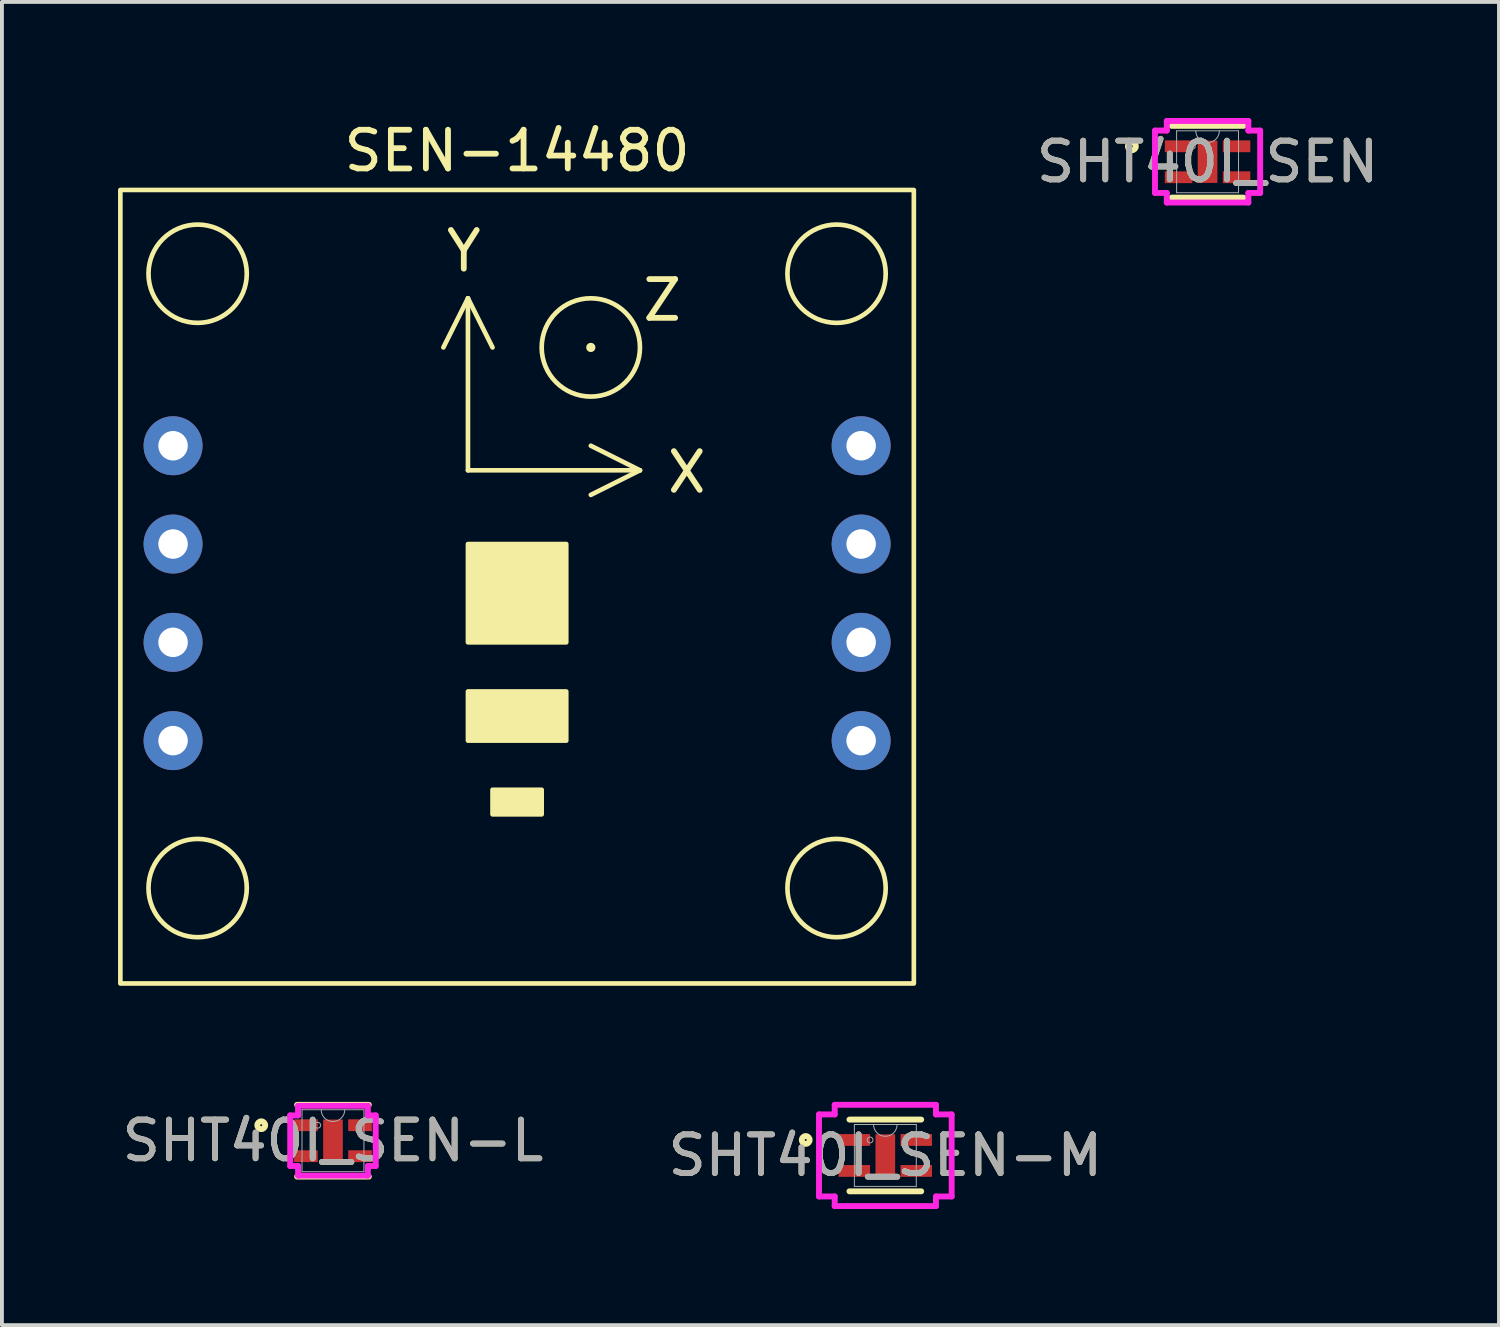
<source format=kicad_pcb>
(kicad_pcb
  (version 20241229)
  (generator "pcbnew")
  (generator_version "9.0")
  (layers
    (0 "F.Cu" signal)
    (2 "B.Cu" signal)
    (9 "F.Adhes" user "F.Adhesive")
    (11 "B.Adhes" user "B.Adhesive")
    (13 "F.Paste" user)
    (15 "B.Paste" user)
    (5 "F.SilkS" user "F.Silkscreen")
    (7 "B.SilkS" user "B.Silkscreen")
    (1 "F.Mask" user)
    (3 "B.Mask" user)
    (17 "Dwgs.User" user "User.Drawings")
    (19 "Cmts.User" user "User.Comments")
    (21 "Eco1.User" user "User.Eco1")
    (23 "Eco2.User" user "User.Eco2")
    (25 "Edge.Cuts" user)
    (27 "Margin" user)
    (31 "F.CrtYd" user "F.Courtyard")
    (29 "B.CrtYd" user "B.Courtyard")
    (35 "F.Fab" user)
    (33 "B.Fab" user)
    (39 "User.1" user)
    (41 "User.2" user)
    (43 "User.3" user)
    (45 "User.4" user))
  (footprint "SHT40I_SEN"
    (layer "F.Cu")
    (at 28.154 1.13)
    (property "Reference" "SHT40I_SEN" (at 0 0 0) (unlocked yes) (layer "F.SilkS") (effects (font (size 1 1) (thickness 0.15))))
    (attr smd)
    (fp_line (start -0.927 0.927) (end 0.927 0.927) (stroke (width 0.152) (type solid)) (layer "F.SilkS"))
    (fp_line (start 0.927 -0.927) (end -0.927 -0.927) (stroke (width 0.152) (type solid)) (layer "F.SilkS"))
    (fp_circle (center -1.956 -0.4) (end -1.854 -0.4) (stroke (width 0.152) (type solid)) (fill no) (layer "F.SilkS"))
    (fp_line (start -1.359 -0.806) (end -1.054 -0.806) (stroke (width 0.152) (type solid)) (layer "F.CrtYd"))
    (fp_line (start -1.359 0.806) (end -1.359 -0.806) (stroke (width 0.152) (type solid)) (layer "F.CrtYd"))
    (fp_line (start -1.359 0.806) (end -1.054 0.806) (stroke (width 0.152) (type solid)) (layer "F.CrtYd"))
    (fp_line (start -1.054 -1.054) (end 1.054 -1.054) (stroke (width 0.152) (type solid)) (layer "F.CrtYd"))
    (fp_line (start -1.054 -0.806) (end -1.054 -1.054) (stroke (width 0.152) (type solid)) (layer "F.CrtYd"))
    (fp_line (start -1.054 1.054) (end -1.054 0.806) (stroke (width 0.152) (type solid)) (layer "F.CrtYd"))
    (fp_line (start 1.054 -1.054) (end 1.054 -0.806) (stroke (width 0.152) (type solid)) (layer "F.CrtYd"))
    (fp_line (start 1.054 0.806) (end 1.054 1.054) (stroke (width 0.152) (type solid)) (layer "F.CrtYd"))
    (fp_line (start 1.054 1.054) (end -1.054 1.054) (stroke (width 0.152) (type solid)) (layer "F.CrtYd"))
    (fp_line (start 1.359 -0.806) (end 1.054 -0.806) (stroke (width 0.152) (type solid)) (layer "F.CrtYd"))
    (fp_line (start 1.359 -0.806) (end 1.359 0.806) (stroke (width 0.152) (type solid)) (layer "F.CrtYd"))
    (fp_line (start 1.359 0.806) (end 1.054 0.806) (stroke (width 0.152) (type solid)) (layer "F.CrtYd"))
    (fp_line (start -0.8 -0.8) (end -0.8 0.8) (stroke (width 0.025) (type solid)) (layer "F.Fab"))
    (fp_line (start -0.8 0.8) (end 0.8 0.8) (stroke (width 0.025) (type solid)) (layer "F.Fab"))
    (fp_line (start 0.8 -0.8) (end -0.8 -0.8) (stroke (width 0.025) (type solid)) (layer "F.Fab"))
    (fp_line (start 0.8 0.8) (end 0.8 -0.8) (stroke (width 0.025) (type solid)) (layer "F.Fab"))
    (fp_arc (start 0.3048 -0.8001) (mid 0 -0.4953) (end -0.3048 -0.8001) (stroke (width 0.0254) (type solid)) (layer "F.Fab"))
    (fp_circle (center -0.394 -0.4) (end -0.318 -0.4) (stroke (width 0.025) (type solid)) (fill no) (layer "F.Fab"))
    (fp_text user "${REFERENCE}" (at 0 0 0) (unlocked yes) (layer "F.Fab") (effects (font (size 1 1) (thickness 0.15))))
    (pad "1" smd rect (at -0.749 -0.4) (size 0.711 0.305) (layers "F.Cu" "F.Mask" "F.Paste"))
    (pad "2" smd rect (at -0.749 0.4) (size 0.711 0.305) (layers "F.Cu" "F.Mask" "F.Paste"))
    (pad "3" smd rect (at 0.749 0.4) (size 0.711 0.305) (layers "F.Cu" "F.Mask" "F.Paste"))
    (pad "4" smd rect (at 0.749 -0.4) (size 0.711 0.305) (layers "F.Cu" "F.Mask" "F.Paste"))
    (pad "5" smd rect (at 0 0) (size 0.508 1.092) (layers "F.Cu" "F.Mask" "F.Paste")))
  (footprint "SHT40I_SEN-L"
    (layer "F.Cu")
    (at 5.554 26.426)
    (property "Reference" "SHT40I_SEN-L" (at 0 0 0) (unlocked yes) (layer "F.SilkS") (effects (font (size 1 1) (thickness 0.15))))
    (attr smd)
    (fp_line (start -0.927 0.927) (end 0.927 0.927) (stroke (width 0.152) (type solid)) (layer "F.SilkS"))
    (fp_line (start 0.927 -0.927) (end -0.927 -0.927) (stroke (width 0.152) (type solid)) (layer "F.SilkS"))
    (fp_circle (center -1.854 -0.4) (end -1.753 -0.4) (stroke (width 0.152) (type solid)) (fill no) (layer "F.SilkS"))
    (fp_line (start -1.105 -0.654) (end -0.902 -0.654) (stroke (width 0.152) (type solid)) (layer "F.CrtYd"))
    (fp_line (start -1.105 0.654) (end -1.105 -0.654) (stroke (width 0.152) (type solid)) (layer "F.CrtYd"))
    (fp_line (start -1.105 0.654) (end -0.902 0.654) (stroke (width 0.152) (type solid)) (layer "F.CrtYd"))
    (fp_line (start -0.902 -0.902) (end 0.902 -0.902) (stroke (width 0.152) (type solid)) (layer "F.CrtYd"))
    (fp_line (start -0.902 -0.654) (end -0.902 -0.902) (stroke (width 0.152) (type solid)) (layer "F.CrtYd"))
    (fp_line (start -0.902 0.902) (end -0.902 0.654) (stroke (width 0.152) (type solid)) (layer "F.CrtYd"))
    (fp_line (start 0.902 -0.902) (end 0.902 -0.654) (stroke (width 0.152) (type solid)) (layer "F.CrtYd"))
    (fp_line (start 0.902 0.654) (end 0.902 0.902) (stroke (width 0.152) (type solid)) (layer "F.CrtYd"))
    (fp_line (start 0.902 0.902) (end -0.902 0.902) (stroke (width 0.152) (type solid)) (layer "F.CrtYd"))
    (fp_line (start 1.105 -0.654) (end 0.902 -0.654) (stroke (width 0.152) (type solid)) (layer "F.CrtYd"))
    (fp_line (start 1.105 -0.654) (end 1.105 0.654) (stroke (width 0.152) (type solid)) (layer "F.CrtYd"))
    (fp_line (start 1.105 0.654) (end 0.902 0.654) (stroke (width 0.152) (type solid)) (layer "F.CrtYd"))
    (fp_line (start -0.8 -0.8) (end -0.8 0.8) (stroke (width 0.025) (type solid)) (layer "F.Fab"))
    (fp_line (start -0.8 0.8) (end 0.8 0.8) (stroke (width 0.025) (type solid)) (layer "F.Fab"))
    (fp_line (start 0.8 -0.8) (end -0.8 -0.8) (stroke (width 0.025) (type solid)) (layer "F.Fab"))
    (fp_line (start 0.8 0.8) (end 0.8 -0.8) (stroke (width 0.025) (type solid)) (layer "F.Fab"))
    (fp_arc (start 0.3048 -0.8001) (mid 0 -0.4953) (end -0.3048 -0.8001) (stroke (width 0.0254) (type solid)) (layer "F.Fab"))
    (fp_circle (center -0.394 -0.4) (end -0.318 -0.4) (stroke (width 0.025) (type solid)) (fill no) (layer "F.Fab"))
    (fp_text user "${REFERENCE}" (at 0 0 0) (unlocked yes) (layer "F.Fab") (effects (font (size 1 1) (thickness 0.15))))
    (pad "1" smd rect (at -0.699 -0.4) (size 0.61 0.305) (layers "F.Cu" "F.Mask" "F.Paste"))
    (pad "2" smd rect (at -0.699 0.4) (size 0.61 0.305) (layers "F.Cu" "F.Mask" "F.Paste"))
    (pad "3" smd rect (at 0.699 0.4) (size 0.61 0.305) (layers "F.Cu" "F.Mask" "F.Paste"))
    (pad "4" smd rect (at 0.699 -0.4) (size 0.61 0.305) (layers "F.Cu" "F.Mask" "F.Paste"))
    (pad "5" smd rect (at 0 0) (size 0.508 1.092) (layers "F.Cu" "F.Mask" "F.Paste")))
  (footprint "SEN-14480"
    (layer "F.Cu")
    (at 10.312 12.278)
    (property "Reference" "SEN-14480" (at 0 -11.43 0) (unlocked yes) (layer "F.SilkS") (effects (font (size 1 1) (thickness 0.15))))
    (attr through_hole)
    (fp_line (start -1.27 -7.62) (end -1.905 -6.35) (stroke (width 0.12) (type default)) (layer "F.SilkS"))
    (fp_line (start -1.27 -7.62) (end -1.27 -3.175) (stroke (width 0.12) (type default)) (layer "F.SilkS"))
    (fp_line (start -1.27 -7.62) (end -0.635 -6.35) (stroke (width 0.12) (type default)) (layer "F.SilkS"))
    (fp_line (start -1.27 -3.175) (end 3.175 -3.175) (stroke (width 0.12) (type default)) (layer "F.SilkS"))
    (fp_line (start 1.905 -3.81) (end 3.175 -3.175) (stroke (width 0.12) (type default)) (layer "F.SilkS"))
    (fp_line (start 1.905 -2.54) (end 3.175 -3.175) (stroke (width 0.12) (type default)) (layer "F.SilkS"))
    (fp_rect (start -10.252 -10.419) (end 10.252 10.085) (stroke (width 0.12) (type default)) (fill no) (layer "F.SilkS"))
    (fp_rect (start -1.27 -1.27) (end 1.27 1.27) (stroke (width 0.12) (type solid)) (fill yes) (layer "F.SilkS"))
    (fp_rect (start -1.27 2.54) (end 1.27 3.81) (stroke (width 0.12) (type solid)) (fill yes) (layer "F.SilkS"))
    (fp_rect (start -0.635 5.08) (end 0.635 5.715) (stroke (width 0.12) (type solid)) (fill yes) (layer "F.SilkS"))
    (fp_circle (center -8.255 -8.255) (end -8.255 -6.985) (stroke (width 0.12) (type default)) (fill no) (layer "F.SilkS"))
    (fp_circle (center -8.255 7.62) (end -8.255 8.89) (stroke (width 0.12) (type default)) (fill no) (layer "F.SilkS"))
    (fp_circle (center 1.905 -6.35) (end 1.905 -6.35) (stroke (width 0.12) (type default)) (fill no) (layer "F.SilkS"))
    (fp_circle (center 1.905 -6.35) (end 1.905 -5.08) (stroke (width 0.12) (type default)) (fill no) (layer "F.SilkS"))
    (fp_circle (center 8.255 -8.255) (end 8.255 -6.985) (stroke (width 0.12) (type default)) (fill no) (layer "F.SilkS"))
    (fp_circle (center 8.255 7.62) (end 8.255 8.89) (stroke (width 0.12) (type default)) (fill no) (layer "F.SilkS"))
    (fp_text user "X" (at 3.81 -2.54 0) (unlocked yes) (layer "F.SilkS") (effects (font (size 1 1) (thickness 0.15)) (justify left bottom)))
    (fp_text user "Z" (at 3.175 -6.985 0) (unlocked yes) (layer "F.SilkS") (effects (font (size 1 1) (thickness 0.15)) (justify left bottom)))
    (fp_text user "Y" (at -1.905 -8.255 0) (unlocked yes) (layer "F.SilkS") (effects (font (size 1 1) (thickness 0.15)) (justify left bottom)))
    (pad "1" thru_hole circle (at -8.89 -3.81) (size 1.524 1.524) (drill 0.762) (layers "*.Cu" "*.Mask"))
    (pad "2" thru_hole circle (at -8.89 -1.27) (size 1.524 1.524) (drill 0.762) (layers "*.Cu" "*.Mask"))
    (pad "3" thru_hole circle (at -8.89 1.27) (size 1.524 1.524) (drill 0.762) (layers "*.Cu" "*.Mask"))
    (pad "4" thru_hole circle (at -8.89 3.81) (size 1.524 1.524) (drill 0.762) (layers "*.Cu" "*.Mask"))
    (pad "5" thru_hole circle (at 8.89 3.81) (size 1.524 1.524) (drill 0.762) (layers "*.Cu" "*.Mask"))
    (pad "6" thru_hole circle (at 8.89 1.27) (size 1.524 1.524) (drill 0.762) (layers "*.Cu" "*.Mask"))
    (pad "7" thru_hole circle (at 8.89 -1.27) (size 1.524 1.524) (drill 0.762) (layers "*.Cu" "*.Mask"))
    (pad "8" thru_hole circle (at 8.89 -3.81) (size 1.524 1.524) (drill 0.762) (layers "*.Cu" "*.Mask")))
  (footprint "SHT40I_SEN-M"
    (layer "F.Cu")
    (at 19.827 26.807)
    (property "Reference" "SHT40I_SEN-M" (at 0 0 0) (unlocked yes) (layer "F.SilkS") (effects (font (size 1 1) (thickness 0.15))))
    (attr smd)
    (fp_line (start -0.927 0.927) (end 0.927 0.927) (stroke (width 0.152) (type solid)) (layer "F.SilkS"))
    (fp_line (start 0.927 -0.927) (end -0.927 -0.927) (stroke (width 0.152) (type solid)) (layer "F.SilkS"))
    (fp_circle (center -2.057 -0.4) (end -1.956 -0.4) (stroke (width 0.152) (type solid)) (fill no) (layer "F.SilkS"))
    (fp_line (start -1.714 -1.06) (end -1.308 -1.06) (stroke (width 0.152) (type solid)) (layer "F.CrtYd"))
    (fp_line (start -1.714 1.06) (end -1.714 -1.06) (stroke (width 0.152) (type solid)) (layer "F.CrtYd"))
    (fp_line (start -1.714 1.06) (end -1.308 1.06) (stroke (width 0.152) (type solid)) (layer "F.CrtYd"))
    (fp_line (start -1.308 -1.308) (end 1.308 -1.308) (stroke (width 0.152) (type solid)) (layer "F.CrtYd"))
    (fp_line (start -1.308 -1.06) (end -1.308 -1.308) (stroke (width 0.152) (type solid)) (layer "F.CrtYd"))
    (fp_line (start -1.308 1.308) (end -1.308 1.06) (stroke (width 0.152) (type solid)) (layer "F.CrtYd"))
    (fp_line (start 1.308 -1.308) (end 1.308 -1.06) (stroke (width 0.152) (type solid)) (layer "F.CrtYd"))
    (fp_line (start 1.308 1.06) (end 1.308 1.308) (stroke (width 0.152) (type solid)) (layer "F.CrtYd"))
    (fp_line (start 1.308 1.308) (end -1.308 1.308) (stroke (width 0.152) (type solid)) (layer "F.CrtYd"))
    (fp_line (start 1.714 -1.06) (end 1.308 -1.06) (stroke (width 0.152) (type solid)) (layer "F.CrtYd"))
    (fp_line (start 1.714 -1.06) (end 1.714 1.06) (stroke (width 0.152) (type solid)) (layer "F.CrtYd"))
    (fp_line (start 1.714 1.06) (end 1.308 1.06) (stroke (width 0.152) (type solid)) (layer "F.CrtYd"))
    (fp_line (start -0.8 -0.8) (end -0.8 0.8) (stroke (width 0.025) (type solid)) (layer "F.Fab"))
    (fp_line (start -0.8 0.8) (end 0.8 0.8) (stroke (width 0.025) (type solid)) (layer "F.Fab"))
    (fp_line (start 0.8 -0.8) (end -0.8 -0.8) (stroke (width 0.025) (type solid)) (layer "F.Fab"))
    (fp_line (start 0.8 0.8) (end 0.8 -0.8) (stroke (width 0.025) (type solid)) (layer "F.Fab"))
    (fp_arc (start 0.3048 -0.8001) (mid 0 -0.4953) (end -0.3048 -0.8001) (stroke (width 0.0254) (type solid)) (layer "F.Fab"))
    (fp_circle (center -0.394 -0.4) (end -0.318 -0.4) (stroke (width 0.025) (type solid)) (fill no) (layer "F.Fab"))
    (fp_text user "${REFERENCE}" (at 0 0 0) (unlocked yes) (layer "F.Fab") (effects (font (size 1 1) (thickness 0.15))))
    (pad "1" smd rect (at -0.8 -0.4) (size 0.813 0.305) (layers "F.Cu" "F.Mask" "F.Paste"))
    (pad "2" smd rect (at -0.8 0.4) (size 0.813 0.305) (layers "F.Cu" "F.Mask" "F.Paste"))
    (pad "3" smd rect (at 0.8 0.4) (size 0.813 0.305) (layers "F.Cu" "F.Mask" "F.Paste"))
    (pad "4" smd rect (at 0.8 -0.4) (size 0.813 0.305) (layers "F.Cu" "F.Mask" "F.Paste"))
    (pad "5" smd rect (at 0 0) (size 0.508 1.092) (layers "F.Cu" "F.Mask" "F.Paste")))
  (gr_rect
    (start -3 -3)
    (end 35.684 31.192)
    (stroke (width 0.1) (type default))
    (fill no)
    (layer "Edge.Cuts")))
</source>
